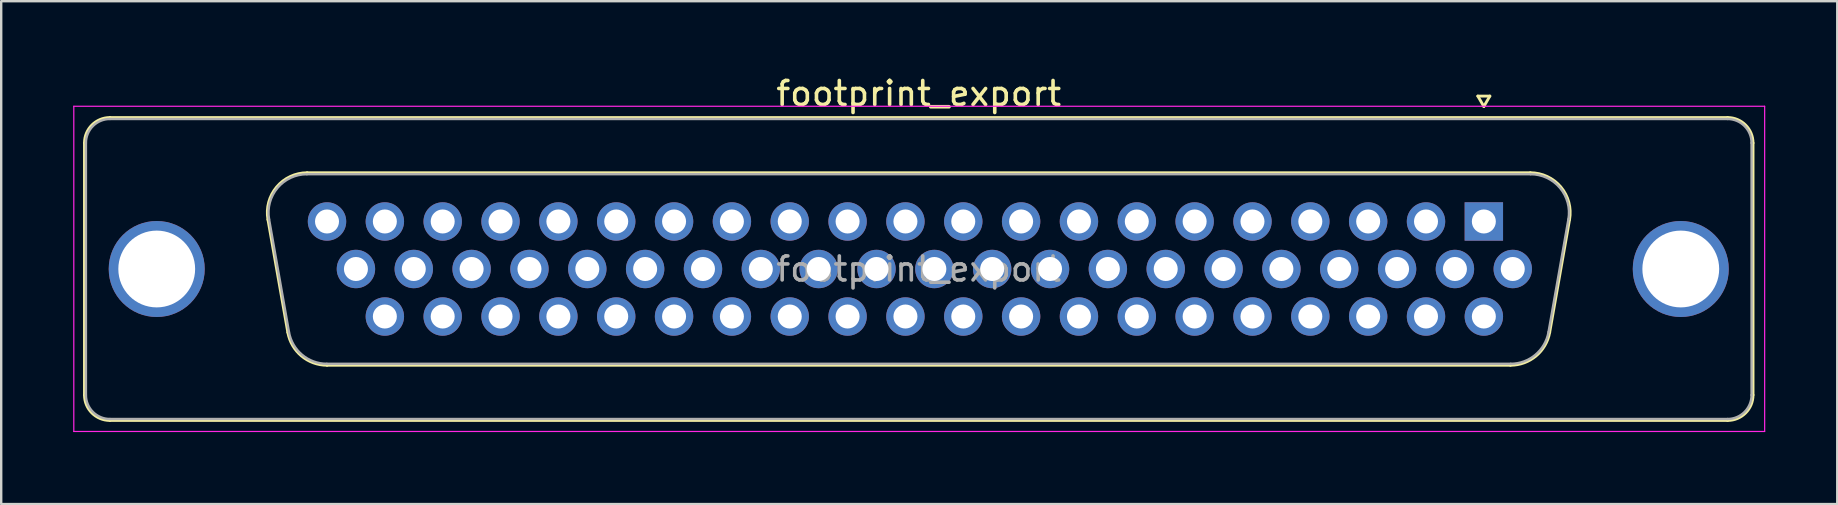
<source format=kicad_pcb>
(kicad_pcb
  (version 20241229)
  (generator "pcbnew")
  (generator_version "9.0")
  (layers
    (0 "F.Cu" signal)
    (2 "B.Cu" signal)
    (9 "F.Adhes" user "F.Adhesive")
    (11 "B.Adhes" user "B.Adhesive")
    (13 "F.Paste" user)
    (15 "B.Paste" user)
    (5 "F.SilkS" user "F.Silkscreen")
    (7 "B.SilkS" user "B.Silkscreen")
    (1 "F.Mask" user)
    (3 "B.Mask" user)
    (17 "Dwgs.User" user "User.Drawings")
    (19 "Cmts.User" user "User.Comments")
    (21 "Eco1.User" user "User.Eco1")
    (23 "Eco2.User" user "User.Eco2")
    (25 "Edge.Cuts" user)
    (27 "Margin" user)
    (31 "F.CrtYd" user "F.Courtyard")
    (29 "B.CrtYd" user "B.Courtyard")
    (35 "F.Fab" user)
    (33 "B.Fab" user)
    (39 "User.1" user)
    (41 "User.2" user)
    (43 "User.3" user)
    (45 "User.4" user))
  (footprint "footprint_export"
    (layer "F.Cu")
    (at 58.775 6.178)
    (property "Reference" "footprint_export" (at -23.545 -5.33 0) (layer "F.SilkS") (effects (font (size 1 1) (thickness 0.15))))
    (attr through_hole)
    (fp_line (start -58.305 7.23) (end -58.305 -3.27) (stroke (width 0.12) (type solid)) (layer "F.SilkS"))
    (fp_line (start -57.245 -4.33) (end 10.155 -4.33) (stroke (width 0.12) (type solid)) (layer "F.SilkS"))
    (fp_line (start -50.661 -0.082) (end -49.833 4.618) (stroke (width 0.12) (type solid)) (layer "F.SilkS"))
    (fp_line (start -49.027 -2.03) (end 1.937 -2.03) (stroke (width 0.12) (type solid)) (layer "F.SilkS"))
    (fp_line (start -48.198 5.99) (end 1.108 5.99) (stroke (width 0.12) (type solid)) (layer "F.SilkS"))
    (fp_line (start -0.25 -5.224) (end 0.25 -5.224) (stroke (width 0.12) (type solid)) (layer "F.SilkS"))
    (fp_line (start 0 -4.791) (end -0.25 -5.224) (stroke (width 0.12) (type solid)) (layer "F.SilkS"))
    (fp_line (start 0.25 -5.224) (end 0 -4.791) (stroke (width 0.12) (type solid)) (layer "F.SilkS"))
    (fp_line (start 3.571 -0.082) (end 2.743 4.618) (stroke (width 0.12) (type solid)) (layer "F.SilkS"))
    (fp_line (start 10.155 8.29) (end -57.245 8.29) (stroke (width 0.12) (type solid)) (layer "F.SilkS"))
    (fp_line (start 11.215 -3.27) (end 11.215 7.23) (stroke (width 0.12) (type solid)) (layer "F.SilkS"))
    (fp_arc (start -58.305 -3.27) (mid -57.994533 -4.019533) (end -57.245 -4.33) (stroke (width 0.12) (type solid)) (layer "F.SilkS"))
    (fp_arc (start -57.245 8.29) (mid -57.994533 7.979533) (end -58.305 7.23) (stroke (width 0.12) (type solid)) (layer "F.SilkS"))
    (fp_arc (start -50.66147 -0.081744) (mid -50.298323 -1.437028) (end -49.026689 -2.03) (stroke (width 0.12) (type solid)) (layer "F.SilkS"))
    (fp_arc (start -48.197952 5.99) (mid -49.264979 5.601634) (end -49.832733 4.618256) (stroke (width 0.12) (type solid)) (layer "F.SilkS"))
    (fp_arc (start 1.936689 -2.03) (mid 3.208323 -1.437027) (end 3.57147 -0.081744) (stroke (width 0.12) (type solid)) (layer "F.SilkS"))
    (fp_arc (start 2.742733 4.618256) (mid 2.17498 5.601634) (end 1.107952 5.99) (stroke (width 0.12) (type solid)) (layer "F.SilkS"))
    (fp_arc (start 10.155 -4.33) (mid 10.904533 -4.019533) (end 11.215 -3.27) (stroke (width 0.12) (type solid)) (layer "F.SilkS"))
    (fp_arc (start 11.215 7.23) (mid 10.904533 7.979533) (end 10.155 8.29) (stroke (width 0.12) (type solid)) (layer "F.SilkS"))
    (fp_line (start -58.75 -4.8) (end -58.75 8.75) (stroke (width 0.05) (type solid)) (layer "F.CrtYd"))
    (fp_line (start -58.75 8.75) (end 11.7 8.75) (stroke (width 0.05) (type solid)) (layer "F.CrtYd"))
    (fp_line (start 11.7 -4.8) (end -58.75 -4.8) (stroke (width 0.05) (type solid)) (layer "F.CrtYd"))
    (fp_line (start 11.7 8.75) (end 11.7 -4.8) (stroke (width 0.05) (type solid)) (layer "F.CrtYd"))
    (fp_line (start -58.245 7.23) (end -58.245 -3.27) (stroke (width 0.1) (type solid)) (layer "F.Fab"))
    (fp_line (start -57.245 -4.27) (end 10.155 -4.27) (stroke (width 0.1) (type solid)) (layer "F.Fab"))
    (fp_line (start -50.614 -0.092) (end -49.785 4.608) (stroke (width 0.1) (type solid)) (layer "F.Fab"))
    (fp_line (start -49.038 -1.97) (end 1.948 -1.97) (stroke (width 0.1) (type solid)) (layer "F.Fab"))
    (fp_line (start -48.209 5.93) (end 1.119 5.93) (stroke (width 0.1) (type solid)) (layer "F.Fab"))
    (fp_line (start 3.524 -0.092) (end 2.695 4.608) (stroke (width 0.1) (type solid)) (layer "F.Fab"))
    (fp_line (start 10.155 8.23) (end -57.245 8.23) (stroke (width 0.1) (type solid)) (layer "F.Fab"))
    (fp_line (start 11.155 -3.27) (end 11.155 7.23) (stroke (width 0.1) (type solid)) (layer "F.Fab"))
    (fp_arc (start -58.245 -3.27) (mid -57.952107 -3.977107) (end -57.245 -4.27) (stroke (width 0.1) (type solid)) (layer "F.Fab"))
    (fp_arc (start -57.245 8.23) (mid -57.952107 7.937107) (end -58.245 7.23) (stroke (width 0.1) (type solid)) (layer "F.Fab"))
    (fp_arc (start -50.613886 -0.092163) (mid -50.263865 -1.39846) (end -49.038194 -1.97) (stroke (width 0.1) (type solid)) (layer "F.Fab"))
    (fp_arc (start -48.209457 5.93) (mid -49.237917 5.555671) (end -49.785149 4.607837) (stroke (width 0.1) (type solid)) (layer "F.Fab"))
    (fp_arc (start 1.948194 -1.97) (mid 3.173865 -1.39846) (end 3.523886 -0.092163) (stroke (width 0.1) (type solid)) (layer "F.Fab"))
    (fp_arc (start 2.695149 4.607837) (mid 2.147917 5.555671) (end 1.119457 5.93) (stroke (width 0.1) (type solid)) (layer "F.Fab"))
    (fp_arc (start 10.155 -4.27) (mid 10.862107 -3.977107) (end 11.155 -3.27) (stroke (width 0.1) (type solid)) (layer "F.Fab"))
    (fp_arc (start 11.155 7.23) (mid 10.862107 7.937107) (end 10.155 8.23) (stroke (width 0.1) (type solid)) (layer "F.Fab"))
    (fp_text user "${REFERENCE}" (at -23.545 1.98 0) (layer "F.Fab") (effects (font (size 1 1) (thickness 0.15))))
    (pad "0" thru_hole circle (at -55.295 1.98) (size 4 4) (drill 3.2) (layers "*.Cu" "*.Mask"))
    (pad "0" thru_hole circle (at 8.205 1.98) (size 4 4) (drill 3.2) (layers "*.Cu" "*.Mask"))
    (pad "1" thru_hole rect (at 0 0) (size 1.6 1.6) (drill 1) (layers "*.Cu" "*.Mask"))
    (pad "2" thru_hole circle (at -2.41 0) (size 1.6 1.6) (drill 1) (layers "*.Cu" "*.Mask"))
    (pad "3" thru_hole circle (at -4.82 0) (size 1.6 1.6) (drill 1) (layers "*.Cu" "*.Mask"))
    (pad "4" thru_hole circle (at -7.23 0) (size 1.6 1.6) (drill 1) (layers "*.Cu" "*.Mask"))
    (pad "5" thru_hole circle (at -9.64 0) (size 1.6 1.6) (drill 1) (layers "*.Cu" "*.Mask"))
    (pad "6" thru_hole circle (at -12.05 0) (size 1.6 1.6) (drill 1) (layers "*.Cu" "*.Mask"))
    (pad "7" thru_hole circle (at -14.46 0) (size 1.6 1.6) (drill 1) (layers "*.Cu" "*.Mask"))
    (pad "8" thru_hole circle (at -16.87 0) (size 1.6 1.6) (drill 1) (layers "*.Cu" "*.Mask"))
    (pad "9" thru_hole circle (at -19.28 0) (size 1.6 1.6) (drill 1) (layers "*.Cu" "*.Mask"))
    (pad "10" thru_hole circle (at -21.69 0) (size 1.6 1.6) (drill 1) (layers "*.Cu" "*.Mask"))
    (pad "11" thru_hole circle (at -24.1 0) (size 1.6 1.6) (drill 1) (layers "*.Cu" "*.Mask"))
    (pad "12" thru_hole circle (at -26.51 0) (size 1.6 1.6) (drill 1) (layers "*.Cu" "*.Mask"))
    (pad "13" thru_hole circle (at -28.92 0) (size 1.6 1.6) (drill 1) (layers "*.Cu" "*.Mask"))
    (pad "14" thru_hole circle (at -31.33 0) (size 1.6 1.6) (drill 1) (layers "*.Cu" "*.Mask"))
    (pad "15" thru_hole circle (at -33.74 0) (size 1.6 1.6) (drill 1) (layers "*.Cu" "*.Mask"))
    (pad "16" thru_hole circle (at -36.15 0) (size 1.6 1.6) (drill 1) (layers "*.Cu" "*.Mask"))
    (pad "17" thru_hole circle (at -38.56 0) (size 1.6 1.6) (drill 1) (layers "*.Cu" "*.Mask"))
    (pad "18" thru_hole circle (at -40.97 0) (size 1.6 1.6) (drill 1) (layers "*.Cu" "*.Mask"))
    (pad "19" thru_hole circle (at -43.38 0) (size 1.6 1.6) (drill 1) (layers "*.Cu" "*.Mask"))
    (pad "20" thru_hole circle (at -45.79 0) (size 1.6 1.6) (drill 1) (layers "*.Cu" "*.Mask"))
    (pad "21" thru_hole circle (at -48.2 0) (size 1.6 1.6) (drill 1) (layers "*.Cu" "*.Mask"))
    (pad "22" thru_hole circle (at 1.205 1.98) (size 1.6 1.6) (drill 1) (layers "*.Cu" "*.Mask"))
    (pad "23" thru_hole circle (at -1.205 1.98) (size 1.6 1.6) (drill 1) (layers "*.Cu" "*.Mask"))
    (pad "24" thru_hole circle (at -3.615 1.98) (size 1.6 1.6) (drill 1) (layers "*.Cu" "*.Mask"))
    (pad "25" thru_hole circle (at -6.025 1.98) (size 1.6 1.6) (drill 1) (layers "*.Cu" "*.Mask"))
    (pad "26" thru_hole circle (at -8.435 1.98) (size 1.6 1.6) (drill 1) (layers "*.Cu" "*.Mask"))
    (pad "27" thru_hole circle (at -10.845 1.98) (size 1.6 1.6) (drill 1) (layers "*.Cu" "*.Mask"))
    (pad "28" thru_hole circle (at -13.255 1.98) (size 1.6 1.6) (drill 1) (layers "*.Cu" "*.Mask"))
    (pad "29" thru_hole circle (at -15.665 1.98) (size 1.6 1.6) (drill 1) (layers "*.Cu" "*.Mask"))
    (pad "30" thru_hole circle (at -18.075 1.98) (size 1.6 1.6) (drill 1) (layers "*.Cu" "*.Mask"))
    (pad "31" thru_hole circle (at -20.485 1.98) (size 1.6 1.6) (drill 1) (layers "*.Cu" "*.Mask"))
    (pad "32" thru_hole circle (at -22.895 1.98) (size 1.6 1.6) (drill 1) (layers "*.Cu" "*.Mask"))
    (pad "33" thru_hole circle (at -25.305 1.98) (size 1.6 1.6) (drill 1) (layers "*.Cu" "*.Mask"))
    (pad "34" thru_hole circle (at -27.715 1.98) (size 1.6 1.6) (drill 1) (layers "*.Cu" "*.Mask"))
    (pad "35" thru_hole circle (at -30.125 1.98) (size 1.6 1.6) (drill 1) (layers "*.Cu" "*.Mask"))
    (pad "36" thru_hole circle (at -32.535 1.98) (size 1.6 1.6) (drill 1) (layers "*.Cu" "*.Mask"))
    (pad "37" thru_hole circle (at -34.945 1.98) (size 1.6 1.6) (drill 1) (layers "*.Cu" "*.Mask"))
    (pad "38" thru_hole circle (at -37.355 1.98) (size 1.6 1.6) (drill 1) (layers "*.Cu" "*.Mask"))
    (pad "39" thru_hole circle (at -39.765 1.98) (size 1.6 1.6) (drill 1) (layers "*.Cu" "*.Mask"))
    (pad "40" thru_hole circle (at -42.175 1.98) (size 1.6 1.6) (drill 1) (layers "*.Cu" "*.Mask"))
    (pad "41" thru_hole circle (at -44.585 1.98) (size 1.6 1.6) (drill 1) (layers "*.Cu" "*.Mask"))
    (pad "42" thru_hole circle (at -46.995 1.98) (size 1.6 1.6) (drill 1) (layers "*.Cu" "*.Mask"))
    (pad "43" thru_hole circle (at 0 3.96) (size 1.6 1.6) (drill 1) (layers "*.Cu" "*.Mask"))
    (pad "44" thru_hole circle (at -2.41 3.96) (size 1.6 1.6) (drill 1) (layers "*.Cu" "*.Mask"))
    (pad "45" thru_hole circle (at -4.82 3.96) (size 1.6 1.6) (drill 1) (layers "*.Cu" "*.Mask"))
    (pad "46" thru_hole circle (at -7.23 3.96) (size 1.6 1.6) (drill 1) (layers "*.Cu" "*.Mask"))
    (pad "47" thru_hole circle (at -9.64 3.96) (size 1.6 1.6) (drill 1) (layers "*.Cu" "*.Mask"))
    (pad "48" thru_hole circle (at -12.05 3.96) (size 1.6 1.6) (drill 1) (layers "*.Cu" "*.Mask"))
    (pad "49" thru_hole circle (at -14.46 3.96) (size 1.6 1.6) (drill 1) (layers "*.Cu" "*.Mask"))
    (pad "50" thru_hole circle (at -16.87 3.96) (size 1.6 1.6) (drill 1) (layers "*.Cu" "*.Mask"))
    (pad "51" thru_hole circle (at -19.28 3.96) (size 1.6 1.6) (drill 1) (layers "*.Cu" "*.Mask"))
    (pad "52" thru_hole circle (at -21.69 3.96) (size 1.6 1.6) (drill 1) (layers "*.Cu" "*.Mask"))
    (pad "53" thru_hole circle (at -24.1 3.96) (size 1.6 1.6) (drill 1) (layers "*.Cu" "*.Mask"))
    (pad "54" thru_hole circle (at -26.51 3.96) (size 1.6 1.6) (drill 1) (layers "*.Cu" "*.Mask"))
    (pad "55" thru_hole circle (at -28.92 3.96) (size 1.6 1.6) (drill 1) (layers "*.Cu" "*.Mask"))
    (pad "56" thru_hole circle (at -31.33 3.96) (size 1.6 1.6) (drill 1) (layers "*.Cu" "*.Mask"))
    (pad "57" thru_hole circle (at -33.74 3.96) (size 1.6 1.6) (drill 1) (layers "*.Cu" "*.Mask"))
    (pad "58" thru_hole circle (at -36.15 3.96) (size 1.6 1.6) (drill 1) (layers "*.Cu" "*.Mask"))
    (pad "59" thru_hole circle (at -38.56 3.96) (size 1.6 1.6) (drill 1) (layers "*.Cu" "*.Mask"))
    (pad "60" thru_hole circle (at -40.97 3.96) (size 1.6 1.6) (drill 1) (layers "*.Cu" "*.Mask"))
    (pad "61" thru_hole circle (at -43.38 3.96) (size 1.6 1.6) (drill 1) (layers "*.Cu" "*.Mask"))
    (pad "62" thru_hole circle (at -45.79 3.96) (size 1.6 1.6) (drill 1) (layers "*.Cu" "*.Mask")))
  (gr_rect
    (start -3 -3)
    (end 73.5 17.953)
    (stroke (width 0.1) (type default))
    (fill no)
    (layer "Edge.Cuts")))
</source>
